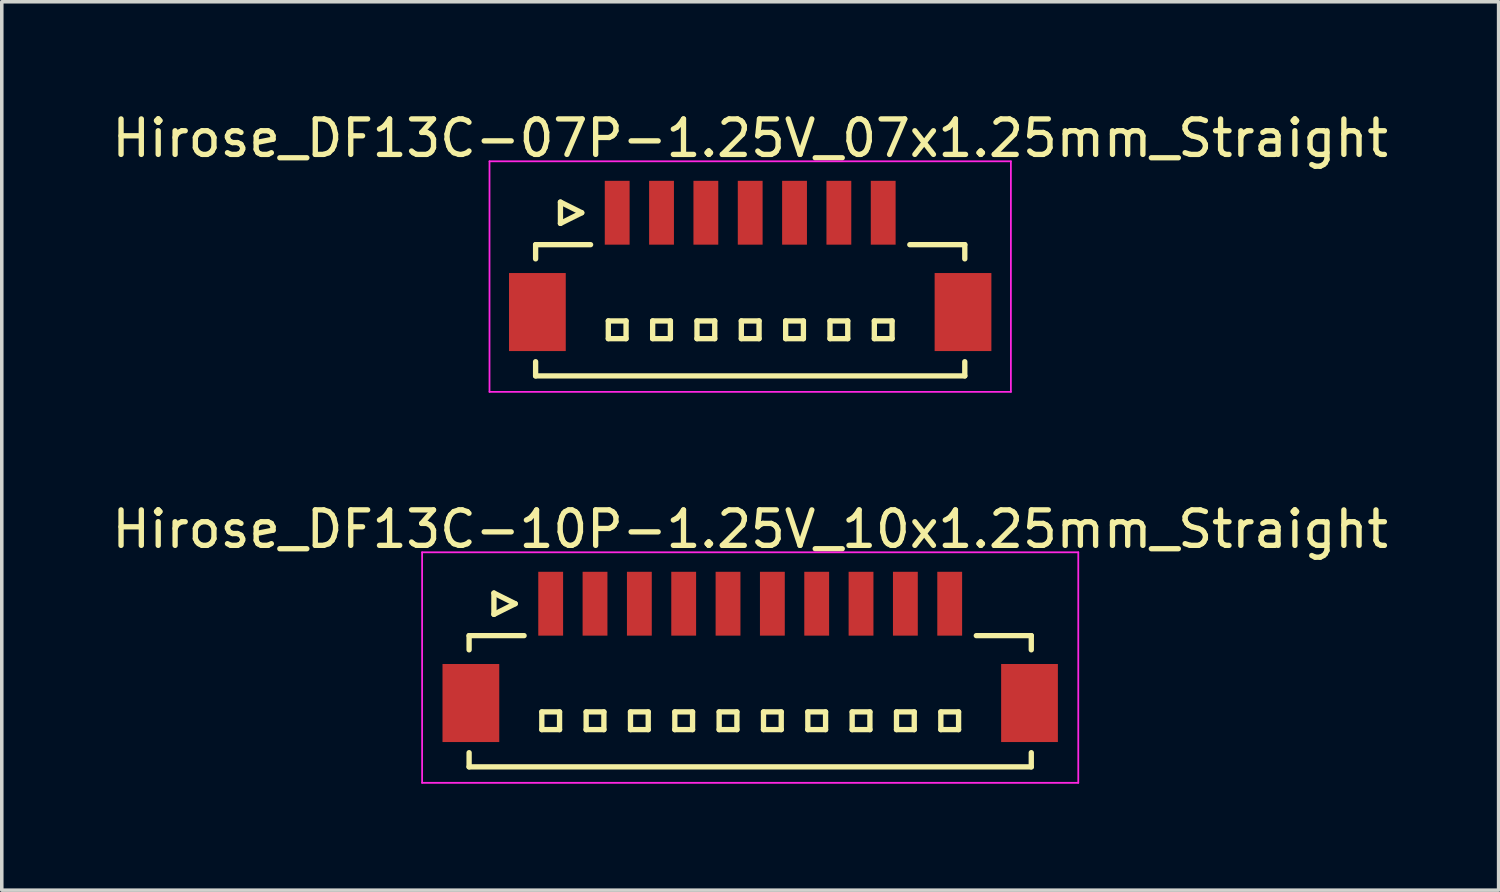
<source format=kicad_pcb>
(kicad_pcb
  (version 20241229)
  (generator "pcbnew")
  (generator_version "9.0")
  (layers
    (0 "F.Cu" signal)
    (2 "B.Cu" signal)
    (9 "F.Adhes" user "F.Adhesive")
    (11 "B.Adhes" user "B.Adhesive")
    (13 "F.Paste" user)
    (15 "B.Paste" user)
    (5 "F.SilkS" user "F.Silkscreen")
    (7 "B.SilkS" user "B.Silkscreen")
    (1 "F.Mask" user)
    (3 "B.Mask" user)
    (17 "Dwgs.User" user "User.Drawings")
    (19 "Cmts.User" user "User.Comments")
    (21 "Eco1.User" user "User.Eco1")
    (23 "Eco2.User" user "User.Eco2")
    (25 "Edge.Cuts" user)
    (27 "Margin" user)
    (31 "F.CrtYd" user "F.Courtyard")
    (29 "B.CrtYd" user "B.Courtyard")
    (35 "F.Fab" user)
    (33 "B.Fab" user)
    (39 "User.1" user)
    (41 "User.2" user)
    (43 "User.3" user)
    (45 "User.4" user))
  (footprint "Hirose_DF13C-10P-1.25V_10x1.25mm_Straight"
    (layer "F.Cu")
    (at 18.101 15.371)
    (property "Reference" "Hirose_DF13C-10P-1.25V_10x1.25mm_Straight" (at 0 -3.5 0) (layer "F.SilkS") (effects (font (size 1 1) (thickness 0.15))))
    (attr smd)
    (fp_line (start -7.925 -0.5) (end -7.925 -0.1) (stroke (width 0.15) (type solid)) (layer "F.SilkS"))
    (fp_line (start -7.925 -0.5) (end -6.375 -0.5) (stroke (width 0.15) (type solid)) (layer "F.SilkS"))
    (fp_line (start -7.925 3.2) (end -7.925 2.8) (stroke (width 0.15) (type solid)) (layer "F.SilkS"))
    (fp_line (start -7.925 3.2) (end 7.925 3.2) (stroke (width 0.15) (type solid)) (layer "F.SilkS"))
    (fp_line (start -7.225 -1.7) (end -7.225 -1.1) (stroke (width 0.15) (type solid)) (layer "F.SilkS"))
    (fp_line (start -7.225 -1.1) (end -6.625 -1.4) (stroke (width 0.15) (type solid)) (layer "F.SilkS"))
    (fp_line (start -6.625 -1.4) (end -7.225 -1.7) (stroke (width 0.15) (type solid)) (layer "F.SilkS"))
    (fp_line (start -5.875 1.65) (end -5.875 2.15) (stroke (width 0.15) (type solid)) (layer "F.SilkS"))
    (fp_line (start -5.875 2.15) (end -5.375 2.15) (stroke (width 0.15) (type solid)) (layer "F.SilkS"))
    (fp_line (start -5.375 1.65) (end -5.875 1.65) (stroke (width 0.15) (type solid)) (layer "F.SilkS"))
    (fp_line (start -5.375 2.15) (end -5.375 1.65) (stroke (width 0.15) (type solid)) (layer "F.SilkS"))
    (fp_line (start -4.625 1.65) (end -4.625 2.15) (stroke (width 0.15) (type solid)) (layer "F.SilkS"))
    (fp_line (start -4.625 2.15) (end -4.125 2.15) (stroke (width 0.15) (type solid)) (layer "F.SilkS"))
    (fp_line (start -4.125 1.65) (end -4.625 1.65) (stroke (width 0.15) (type solid)) (layer "F.SilkS"))
    (fp_line (start -4.125 2.15) (end -4.125 1.65) (stroke (width 0.15) (type solid)) (layer "F.SilkS"))
    (fp_line (start -3.375 1.65) (end -3.375 2.15) (stroke (width 0.15) (type solid)) (layer "F.SilkS"))
    (fp_line (start -3.375 2.15) (end -2.875 2.15) (stroke (width 0.15) (type solid)) (layer "F.SilkS"))
    (fp_line (start -2.875 1.65) (end -3.375 1.65) (stroke (width 0.15) (type solid)) (layer "F.SilkS"))
    (fp_line (start -2.875 2.15) (end -2.875 1.65) (stroke (width 0.15) (type solid)) (layer "F.SilkS"))
    (fp_line (start -2.125 1.65) (end -2.125 2.15) (stroke (width 0.15) (type solid)) (layer "F.SilkS"))
    (fp_line (start -2.125 2.15) (end -1.625 2.15) (stroke (width 0.15) (type solid)) (layer "F.SilkS"))
    (fp_line (start -1.625 1.65) (end -2.125 1.65) (stroke (width 0.15) (type solid)) (layer "F.SilkS"))
    (fp_line (start -1.625 2.15) (end -1.625 1.65) (stroke (width 0.15) (type solid)) (layer "F.SilkS"))
    (fp_line (start -0.875 1.65) (end -0.875 2.15) (stroke (width 0.15) (type solid)) (layer "F.SilkS"))
    (fp_line (start -0.875 2.15) (end -0.375 2.15) (stroke (width 0.15) (type solid)) (layer "F.SilkS"))
    (fp_line (start -0.375 1.65) (end -0.875 1.65) (stroke (width 0.15) (type solid)) (layer "F.SilkS"))
    (fp_line (start -0.375 2.15) (end -0.375 1.65) (stroke (width 0.15) (type solid)) (layer "F.SilkS"))
    (fp_line (start 0.375 1.65) (end 0.375 2.15) (stroke (width 0.15) (type solid)) (layer "F.SilkS"))
    (fp_line (start 0.375 2.15) (end 0.875 2.15) (stroke (width 0.15) (type solid)) (layer "F.SilkS"))
    (fp_line (start 0.875 1.65) (end 0.375 1.65) (stroke (width 0.15) (type solid)) (layer "F.SilkS"))
    (fp_line (start 0.875 2.15) (end 0.875 1.65) (stroke (width 0.15) (type solid)) (layer "F.SilkS"))
    (fp_line (start 1.625 1.65) (end 1.625 2.15) (stroke (width 0.15) (type solid)) (layer "F.SilkS"))
    (fp_line (start 1.625 2.15) (end 2.125 2.15) (stroke (width 0.15) (type solid)) (layer "F.SilkS"))
    (fp_line (start 2.125 1.65) (end 1.625 1.65) (stroke (width 0.15) (type solid)) (layer "F.SilkS"))
    (fp_line (start 2.125 2.15) (end 2.125 1.65) (stroke (width 0.15) (type solid)) (layer "F.SilkS"))
    (fp_line (start 2.875 1.65) (end 2.875 2.15) (stroke (width 0.15) (type solid)) (layer "F.SilkS"))
    (fp_line (start 2.875 2.15) (end 3.375 2.15) (stroke (width 0.15) (type solid)) (layer "F.SilkS"))
    (fp_line (start 3.375 1.65) (end 2.875 1.65) (stroke (width 0.15) (type solid)) (layer "F.SilkS"))
    (fp_line (start 3.375 2.15) (end 3.375 1.65) (stroke (width 0.15) (type solid)) (layer "F.SilkS"))
    (fp_line (start 4.125 1.65) (end 4.125 2.15) (stroke (width 0.15) (type solid)) (layer "F.SilkS"))
    (fp_line (start 4.125 2.15) (end 4.625 2.15) (stroke (width 0.15) (type solid)) (layer "F.SilkS"))
    (fp_line (start 4.625 1.65) (end 4.125 1.65) (stroke (width 0.15) (type solid)) (layer "F.SilkS"))
    (fp_line (start 4.625 2.15) (end 4.625 1.65) (stroke (width 0.15) (type solid)) (layer "F.SilkS"))
    (fp_line (start 5.375 1.65) (end 5.375 2.15) (stroke (width 0.15) (type solid)) (layer "F.SilkS"))
    (fp_line (start 5.375 2.15) (end 5.875 2.15) (stroke (width 0.15) (type solid)) (layer "F.SilkS"))
    (fp_line (start 5.875 1.65) (end 5.375 1.65) (stroke (width 0.15) (type solid)) (layer "F.SilkS"))
    (fp_line (start 5.875 2.15) (end 5.875 1.65) (stroke (width 0.15) (type solid)) (layer "F.SilkS"))
    (fp_line (start 7.925 -0.5) (end 6.375 -0.5) (stroke (width 0.15) (type solid)) (layer "F.SilkS"))
    (fp_line (start 7.925 -0.5) (end 7.925 -0.1) (stroke (width 0.15) (type solid)) (layer "F.SilkS"))
    (fp_line (start 7.925 3.2) (end 7.925 2.8) (stroke (width 0.15) (type solid)) (layer "F.SilkS"))
    (fp_line (start -9.25 -2.85) (end -9.25 3.65) (stroke (width 0.05) (type solid)) (layer "F.CrtYd"))
    (fp_line (start -9.25 3.65) (end 9.25 3.65) (stroke (width 0.05) (type solid)) (layer "F.CrtYd"))
    (fp_line (start 9.25 -2.85) (end -9.25 -2.85) (stroke (width 0.05) (type solid)) (layer "F.CrtYd"))
    (fp_line (start 9.25 3.65) (end 9.25 -2.85) (stroke (width 0.05) (type solid)) (layer "F.CrtYd"))
    (pad "" smd rect (at -7.875 1.4) (size 1.6 2.2) (layers "F.Cu" "F.Mask" "F.Paste"))
    (pad "" smd rect (at 7.875 1.4) (size 1.6 2.2) (layers "F.Cu" "F.Mask" "F.Paste"))
    (pad "1" smd rect (at -5.625 -1.4) (size 0.7 1.8) (layers "F.Cu" "F.Mask" "F.Paste"))
    (pad "2" smd rect (at -4.375 -1.4) (size 0.7 1.8) (layers "F.Cu" "F.Mask" "F.Paste"))
    (pad "3" smd rect (at -3.125 -1.4) (size 0.7 1.8) (layers "F.Cu" "F.Mask" "F.Paste"))
    (pad "4" smd rect (at -1.875 -1.4) (size 0.7 1.8) (layers "F.Cu" "F.Mask" "F.Paste"))
    (pad "5" smd rect (at -0.625 -1.4) (size 0.7 1.8) (layers "F.Cu" "F.Mask" "F.Paste"))
    (pad "6" smd rect (at 0.625 -1.4) (size 0.7 1.8) (layers "F.Cu" "F.Mask" "F.Paste"))
    (pad "7" smd rect (at 1.875 -1.4) (size 0.7 1.8) (layers "F.Cu" "F.Mask" "F.Paste"))
    (pad "8" smd rect (at 3.125 -1.4) (size 0.7 1.8) (layers "F.Cu" "F.Mask" "F.Paste"))
    (pad "9" smd rect (at 4.375 -1.4) (size 0.7 1.8) (layers "F.Cu" "F.Mask" "F.Paste"))
    (pad "10" smd rect (at 5.625 -1.4) (size 0.7 1.8) (layers "F.Cu" "F.Mask" "F.Paste")))
  (footprint "Hirose_DF13C-07P-1.25V_07x1.25mm_Straight"
    (layer "F.Cu")
    (at 18.101 4.348)
    (property "Reference" "Hirose_DF13C-07P-1.25V_07x1.25mm_Straight" (at 0 -3.5 0) (layer "F.SilkS") (effects (font (size 1 1) (thickness 0.15))))
    (attr smd)
    (fp_line (start -6.05 -0.5) (end -6.05 -0.1) (stroke (width 0.15) (type solid)) (layer "F.SilkS"))
    (fp_line (start -6.05 -0.5) (end -4.5 -0.5) (stroke (width 0.15) (type solid)) (layer "F.SilkS"))
    (fp_line (start -6.05 3.2) (end -6.05 2.8) (stroke (width 0.15) (type solid)) (layer "F.SilkS"))
    (fp_line (start -6.05 3.2) (end 6.05 3.2) (stroke (width 0.15) (type solid)) (layer "F.SilkS"))
    (fp_line (start -5.35 -1.7) (end -5.35 -1.1) (stroke (width 0.15) (type solid)) (layer "F.SilkS"))
    (fp_line (start -5.35 -1.1) (end -4.75 -1.4) (stroke (width 0.15) (type solid)) (layer "F.SilkS"))
    (fp_line (start -4.75 -1.4) (end -5.35 -1.7) (stroke (width 0.15) (type solid)) (layer "F.SilkS"))
    (fp_line (start -4 1.65) (end -4 2.15) (stroke (width 0.15) (type solid)) (layer "F.SilkS"))
    (fp_line (start -4 2.15) (end -3.5 2.15) (stroke (width 0.15) (type solid)) (layer "F.SilkS"))
    (fp_line (start -3.5 1.65) (end -4 1.65) (stroke (width 0.15) (type solid)) (layer "F.SilkS"))
    (fp_line (start -3.5 2.15) (end -3.5 1.65) (stroke (width 0.15) (type solid)) (layer "F.SilkS"))
    (fp_line (start -2.75 1.65) (end -2.75 2.15) (stroke (width 0.15) (type solid)) (layer "F.SilkS"))
    (fp_line (start -2.75 2.15) (end -2.25 2.15) (stroke (width 0.15) (type solid)) (layer "F.SilkS"))
    (fp_line (start -2.25 1.65) (end -2.75 1.65) (stroke (width 0.15) (type solid)) (layer "F.SilkS"))
    (fp_line (start -2.25 2.15) (end -2.25 1.65) (stroke (width 0.15) (type solid)) (layer "F.SilkS"))
    (fp_line (start -1.5 1.65) (end -1.5 2.15) (stroke (width 0.15) (type solid)) (layer "F.SilkS"))
    (fp_line (start -1.5 2.15) (end -1 2.15) (stroke (width 0.15) (type solid)) (layer "F.SilkS"))
    (fp_line (start -1 1.65) (end -1.5 1.65) (stroke (width 0.15) (type solid)) (layer "F.SilkS"))
    (fp_line (start -1 2.15) (end -1 1.65) (stroke (width 0.15) (type solid)) (layer "F.SilkS"))
    (fp_line (start -0.25 1.65) (end -0.25 2.15) (stroke (width 0.15) (type solid)) (layer "F.SilkS"))
    (fp_line (start -0.25 2.15) (end 0.25 2.15) (stroke (width 0.15) (type solid)) (layer "F.SilkS"))
    (fp_line (start 0.25 1.65) (end -0.25 1.65) (stroke (width 0.15) (type solid)) (layer "F.SilkS"))
    (fp_line (start 0.25 2.15) (end 0.25 1.65) (stroke (width 0.15) (type solid)) (layer "F.SilkS"))
    (fp_line (start 1 1.65) (end 1 2.15) (stroke (width 0.15) (type solid)) (layer "F.SilkS"))
    (fp_line (start 1 2.15) (end 1.5 2.15) (stroke (width 0.15) (type solid)) (layer "F.SilkS"))
    (fp_line (start 1.5 1.65) (end 1 1.65) (stroke (width 0.15) (type solid)) (layer "F.SilkS"))
    (fp_line (start 1.5 2.15) (end 1.5 1.65) (stroke (width 0.15) (type solid)) (layer "F.SilkS"))
    (fp_line (start 2.25 1.65) (end 2.25 2.15) (stroke (width 0.15) (type solid)) (layer "F.SilkS"))
    (fp_line (start 2.25 2.15) (end 2.75 2.15) (stroke (width 0.15) (type solid)) (layer "F.SilkS"))
    (fp_line (start 2.75 1.65) (end 2.25 1.65) (stroke (width 0.15) (type solid)) (layer "F.SilkS"))
    (fp_line (start 2.75 2.15) (end 2.75 1.65) (stroke (width 0.15) (type solid)) (layer "F.SilkS"))
    (fp_line (start 3.5 1.65) (end 3.5 2.15) (stroke (width 0.15) (type solid)) (layer "F.SilkS"))
    (fp_line (start 3.5 2.15) (end 4 2.15) (stroke (width 0.15) (type solid)) (layer "F.SilkS"))
    (fp_line (start 4 1.65) (end 3.5 1.65) (stroke (width 0.15) (type solid)) (layer "F.SilkS"))
    (fp_line (start 4 2.15) (end 4 1.65) (stroke (width 0.15) (type solid)) (layer "F.SilkS"))
    (fp_line (start 6.05 -0.5) (end 4.5 -0.5) (stroke (width 0.15) (type solid)) (layer "F.SilkS"))
    (fp_line (start 6.05 -0.5) (end 6.05 -0.1) (stroke (width 0.15) (type solid)) (layer "F.SilkS"))
    (fp_line (start 6.05 3.2) (end 6.05 2.8) (stroke (width 0.15) (type solid)) (layer "F.SilkS"))
    (fp_line (start -7.35 -2.85) (end -7.35 3.65) (stroke (width 0.05) (type solid)) (layer "F.CrtYd"))
    (fp_line (start -7.35 3.65) (end 7.35 3.65) (stroke (width 0.05) (type solid)) (layer "F.CrtYd"))
    (fp_line (start 7.35 -2.85) (end -7.35 -2.85) (stroke (width 0.05) (type solid)) (layer "F.CrtYd"))
    (fp_line (start 7.35 3.65) (end 7.35 -2.85) (stroke (width 0.05) (type solid)) (layer "F.CrtYd"))
    (pad "" smd rect (at -6 1.4) (size 1.6 2.2) (layers "F.Cu" "F.Mask" "F.Paste"))
    (pad "" smd rect (at 6 1.4) (size 1.6 2.2) (layers "F.Cu" "F.Mask" "F.Paste"))
    (pad "1" smd rect (at -3.75 -1.4) (size 0.7 1.8) (layers "F.Cu" "F.Mask" "F.Paste"))
    (pad "2" smd rect (at -2.5 -1.4) (size 0.7 1.8) (layers "F.Cu" "F.Mask" "F.Paste"))
    (pad "3" smd rect (at -1.25 -1.4) (size 0.7 1.8) (layers "F.Cu" "F.Mask" "F.Paste"))
    (pad "4" smd rect (at 0 -1.4) (size 0.7 1.8) (layers "F.Cu" "F.Mask" "F.Paste"))
    (pad "5" smd rect (at 1.25 -1.4) (size 0.7 1.8) (layers "F.Cu" "F.Mask" "F.Paste"))
    (pad "6" smd rect (at 2.5 -1.4) (size 0.7 1.8) (layers "F.Cu" "F.Mask" "F.Paste"))
    (pad "7" smd rect (at 3.75 -1.4) (size 0.7 1.8) (layers "F.Cu" "F.Mask" "F.Paste")))
  (gr_rect
    (start -3 -3)
    (end 39.202 22.047)
    (stroke (width 0.1) (type default))
    (fill no)
    (layer "Edge.Cuts")))
</source>
